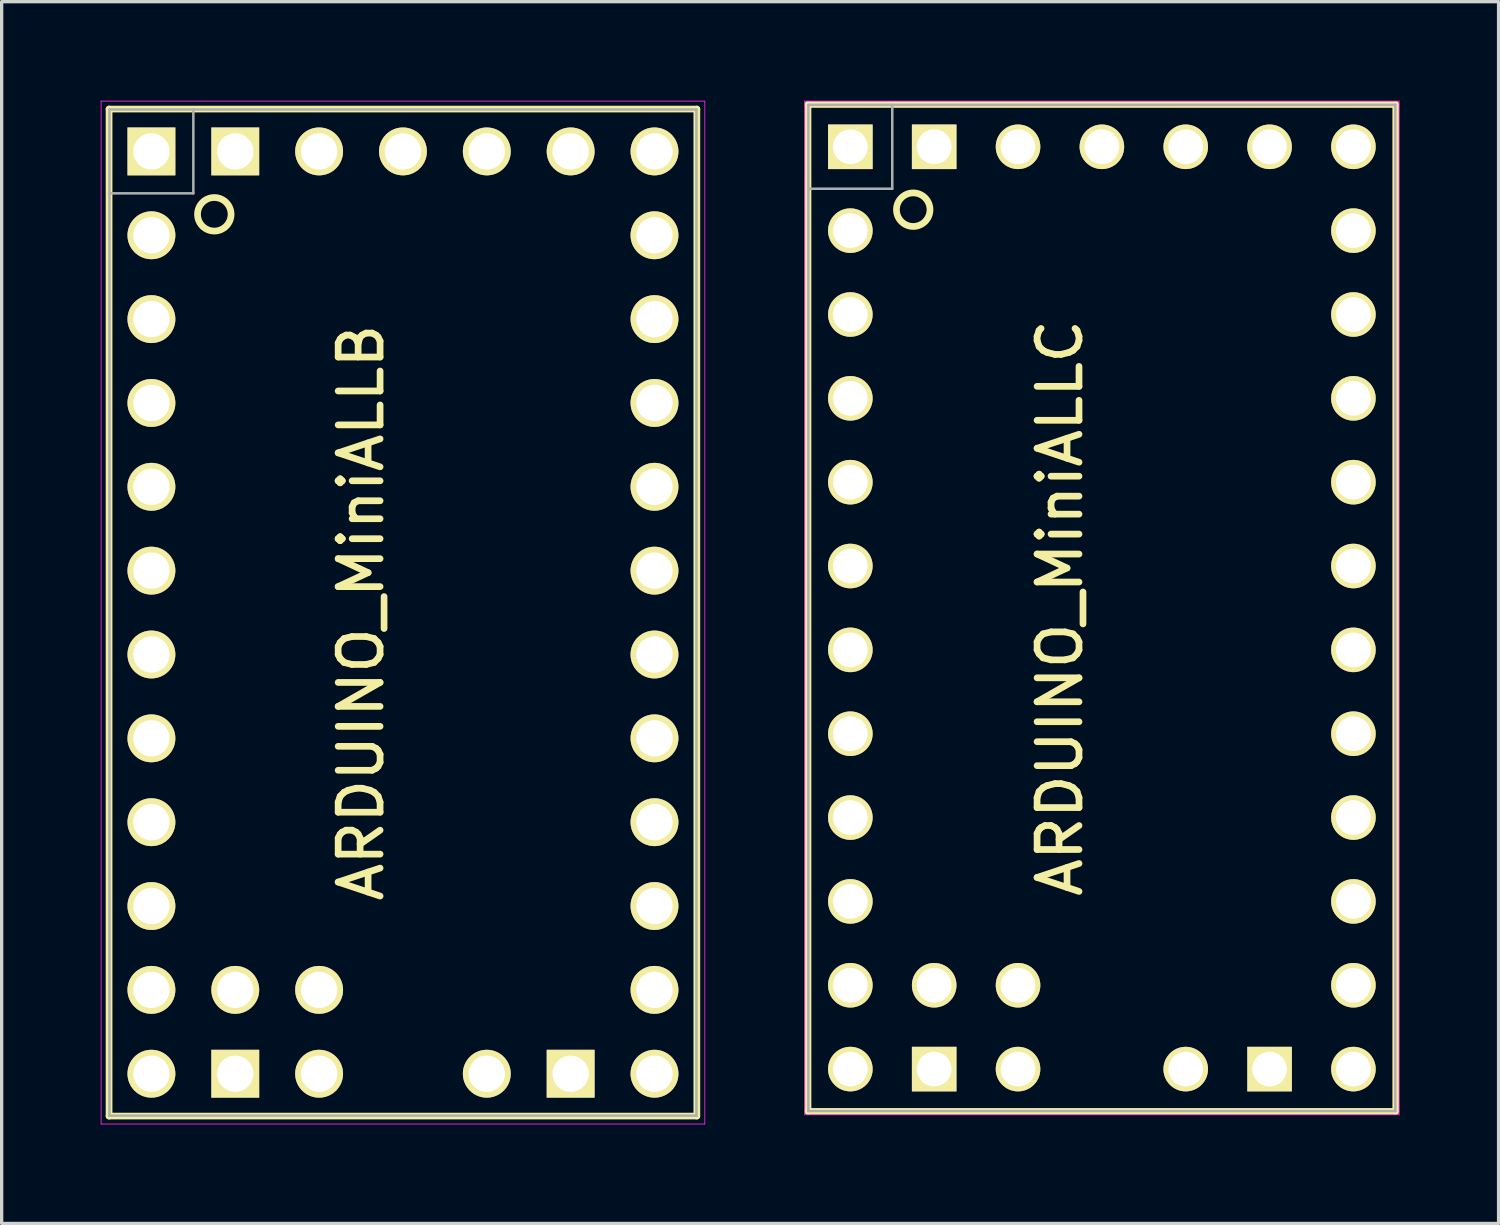
<source format=kicad_pcb>
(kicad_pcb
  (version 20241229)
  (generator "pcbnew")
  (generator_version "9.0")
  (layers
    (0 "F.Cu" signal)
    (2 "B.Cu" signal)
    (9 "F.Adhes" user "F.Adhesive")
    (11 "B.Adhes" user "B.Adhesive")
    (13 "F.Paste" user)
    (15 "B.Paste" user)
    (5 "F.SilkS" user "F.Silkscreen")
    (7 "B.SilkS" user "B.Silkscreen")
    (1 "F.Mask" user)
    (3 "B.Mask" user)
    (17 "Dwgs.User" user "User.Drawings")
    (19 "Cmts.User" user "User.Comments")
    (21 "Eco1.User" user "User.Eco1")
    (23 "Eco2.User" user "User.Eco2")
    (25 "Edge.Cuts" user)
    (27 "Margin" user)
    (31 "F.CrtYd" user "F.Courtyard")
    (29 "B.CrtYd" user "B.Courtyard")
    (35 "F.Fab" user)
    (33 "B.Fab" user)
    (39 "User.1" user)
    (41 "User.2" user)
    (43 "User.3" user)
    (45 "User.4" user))
  (footprint "ARDUINO_MiniALLC"
    (layer "F.Cu")
    (at 30.33 15.367)
    (property "Reference" "ARDUINO_MiniALLC" (at -1.27 0 90) (layer "F.SilkS") (effects (font (size 1.27 1.27) (thickness 0.203))))
    (attr through_hole)
    (fp_line (start -8.903 -15.253) (end 8.903 -15.253) (stroke (width 0.203) (type solid)) (layer "F.SilkS"))
    (fp_line (start -8.903 15.253) (end -8.903 -15.253) (stroke (width 0.203) (type solid)) (layer "F.SilkS"))
    (fp_line (start 8.903 -15.253) (end 8.903 15.253) (stroke (width 0.203) (type solid)) (layer "F.SilkS"))
    (fp_line (start 8.903 15.253) (end -8.903 15.253) (stroke (width 0.203) (type solid)) (layer "F.SilkS"))
    (fp_circle (center -5.715 -12.065) (end -5.715 -12.573) (stroke (width 0.203) (type solid)) (fill no) (layer "F.SilkS"))
    (fp_line (start -9.004 -15.354) (end 9.004 -15.354) (stroke (width 0.025) (type solid)) (layer "F.CrtYd"))
    (fp_line (start -9.004 15.354) (end -9.004 -15.354) (stroke (width 0.025) (type solid)) (layer "F.CrtYd"))
    (fp_line (start 9.004 -15.354) (end 9.004 15.354) (stroke (width 0.025) (type solid)) (layer "F.CrtYd"))
    (fp_line (start 9.004 15.354) (end -9.004 15.354) (stroke (width 0.025) (type solid)) (layer "F.CrtYd"))
    (fp_line (start -8.89 -15.24) (end 8.89 -15.24) (stroke (width 0.076) (type solid)) (layer "F.Fab"))
    (fp_line (start -8.89 15.24) (end -8.89 -15.24) (stroke (width 0.076) (type solid)) (layer "F.Fab"))
    (fp_line (start -6.35 -15.24) (end -6.35 -12.7) (stroke (width 0.076) (type solid)) (layer "F.Fab"))
    (fp_line (start -6.35 -12.7) (end -8.89 -12.7) (stroke (width 0.076) (type solid)) (layer "F.Fab"))
    (fp_line (start 8.89 -15.24) (end 8.89 15.24) (stroke (width 0.076) (type solid)) (layer "F.Fab"))
    (fp_line (start 8.89 15.24) (end -8.89 15.24) (stroke (width 0.076) (type solid)) (layer "F.Fab"))
    (pad "1" thru_hole rect (at -7.62 -13.97) (size 1.35 1.35) (drill 1.05) (layers "*.Cu" "*.Mask" "F.SilkS"))
    (pad "2" thru_hole circle (at -7.62 -11.43) (size 1.35 1.35) (drill 1.05) (layers "*.Cu" "*.Mask" "F.SilkS"))
    (pad "3" thru_hole circle (at -7.62 -8.89) (size 1.35 1.35) (drill 1.05) (layers "*.Cu" "*.Mask" "F.SilkS"))
    (pad "4" thru_hole circle (at -7.62 -6.35) (size 1.35 1.35) (drill 1.05) (layers "*.Cu" "*.Mask" "F.SilkS"))
    (pad "5" thru_hole circle (at -7.62 -3.81) (size 1.35 1.35) (drill 1.05) (layers "*.Cu" "*.Mask" "F.SilkS"))
    (pad "6" thru_hole circle (at -7.62 -1.27) (size 1.35 1.35) (drill 1.05) (layers "*.Cu" "*.Mask" "F.SilkS"))
    (pad "7" thru_hole circle (at -7.62 1.27) (size 1.35 1.35) (drill 1.05) (layers "*.Cu" "*.Mask" "F.SilkS"))
    (pad "8" thru_hole circle (at -7.62 3.81) (size 1.35 1.35) (drill 1.05) (layers "*.Cu" "*.Mask" "F.SilkS"))
    (pad "9" thru_hole circle (at -7.62 6.35) (size 1.35 1.35) (drill 1.05) (layers "*.Cu" "*.Mask" "F.SilkS"))
    (pad "10" thru_hole circle (at -7.62 8.89) (size 1.35 1.35) (drill 1.05) (layers "*.Cu" "*.Mask" "F.SilkS"))
    (pad "11" thru_hole circle (at -7.62 11.43) (size 1.35 1.35) (drill 1.05) (layers "*.Cu" "*.Mask" "F.SilkS"))
    (pad "12" thru_hole circle (at -7.62 13.97) (size 1.35 1.35) (drill 1.05) (layers "*.Cu" "*.Mask" "F.SilkS"))
    (pad "13" thru_hole circle (at 7.62 13.97) (size 1.35 1.35) (drill 1.05) (layers "*.Cu" "*.Mask" "F.SilkS"))
    (pad "14" thru_hole circle (at 7.62 11.43) (size 1.35 1.35) (drill 1.05) (layers "*.Cu" "*.Mask" "F.SilkS"))
    (pad "15" thru_hole circle (at 7.62 8.89) (size 1.35 1.35) (drill 1.05) (layers "*.Cu" "*.Mask" "F.SilkS"))
    (pad "16" thru_hole circle (at 7.62 6.35) (size 1.35 1.35) (drill 1.05) (layers "*.Cu" "*.Mask" "F.SilkS"))
    (pad "17" thru_hole circle (at 7.62 3.81) (size 1.35 1.35) (drill 1.05) (layers "*.Cu" "*.Mask" "F.SilkS"))
    (pad "18" thru_hole circle (at 7.62 1.27) (size 1.35 1.35) (drill 1.05) (layers "*.Cu" "*.Mask" "F.SilkS"))
    (pad "19" thru_hole circle (at 7.62 -1.27) (size 1.35 1.35) (drill 1.05) (layers "*.Cu" "*.Mask" "F.SilkS"))
    (pad "20" thru_hole circle (at 7.62 -3.81) (size 1.35 1.35) (drill 1.05) (layers "*.Cu" "*.Mask" "F.SilkS"))
    (pad "21" thru_hole circle (at 7.62 -6.35) (size 1.35 1.35) (drill 1.05) (layers "*.Cu" "*.Mask" "F.SilkS"))
    (pad "22" thru_hole circle (at 7.62 -8.89) (size 1.35 1.35) (drill 1.05) (layers "*.Cu" "*.Mask" "F.SilkS"))
    (pad "23" thru_hole circle (at 7.62 -11.43) (size 1.35 1.35) (drill 1.05) (layers "*.Cu" "*.Mask" "F.SilkS"))
    (pad "24" thru_hole circle (at 7.62 -13.97) (size 1.35 1.35) (drill 1.05) (layers "*.Cu" "*.Mask" "F.SilkS"))
    (pad "A1" thru_hole rect (at -5.08 13.97) (size 1.35 1.35) (drill 1.05) (layers "*.Cu" "*.Mask" "F.SilkS"))
    (pad "A2" thru_hole circle (at -2.54 13.97) (size 1.35 1.35) (drill 1.05) (layers "*.Cu" "*.Mask" "F.SilkS"))
    (pad "A3" thru_hole circle (at -5.08 11.43) (size 1.35 1.35) (drill 1.05) (layers "*.Cu" "*.Mask" "F.SilkS"))
    (pad "A4" thru_hole circle (at -2.54 11.43) (size 1.35 1.35) (drill 1.05) (layers "*.Cu" "*.Mask" "F.SilkS"))
    (pad "P1" thru_hole rect (at 5.08 13.97) (size 1.35 1.35) (drill 1.05) (layers "*.Cu" "*.Mask" "F.SilkS"))
    (pad "P2" thru_hole circle (at 2.54 13.97) (size 1.35 1.35) (drill 1.05) (layers "*.Cu" "*.Mask" "F.SilkS"))
    (pad "PRG1" thru_hole rect (at -5.08 -13.97) (size 1.35 1.35) (drill 1.05) (layers "*.Cu" "*.Mask" "F.SilkS"))
    (pad "PRG2" thru_hole circle (at -2.54 -13.97) (size 1.35 1.35) (drill 1.05) (layers "*.Cu" "*.Mask" "F.SilkS"))
    (pad "PRG3" thru_hole circle (at 0 -13.97) (size 1.35 1.35) (drill 1.05) (layers "*.Cu" "*.Mask" "F.SilkS"))
    (pad "PRG4" thru_hole circle (at 2.54 -13.97) (size 1.35 1.35) (drill 1.05) (layers "*.Cu" "*.Mask" "F.SilkS"))
    (pad "PRG5" thru_hole circle (at 5.08 -13.97) (size 1.35 1.35) (drill 1.05) (layers "*.Cu" "*.Mask" "F.SilkS")))
  (footprint "ARDUINO_MiniALLB"
    (layer "F.Cu")
    (at 9.157 15.507)
    (property "Reference" "ARDUINO_MiniALLB" (at -1.27 0 90) (layer "F.SilkS") (effects (font (size 1.27 1.27) (thickness 0.203))))
    (attr through_hole)
    (fp_line (start -8.903 -15.253) (end 8.903 -15.253) (stroke (width 0.203) (type solid)) (layer "F.SilkS"))
    (fp_line (start -8.903 15.253) (end -8.903 -15.253) (stroke (width 0.203) (type solid)) (layer "F.SilkS"))
    (fp_line (start 8.903 -15.253) (end 8.903 15.253) (stroke (width 0.203) (type solid)) (layer "F.SilkS"))
    (fp_line (start 8.903 15.253) (end -8.903 15.253) (stroke (width 0.203) (type solid)) (layer "F.SilkS"))
    (fp_circle (center -5.715 -12.065) (end -5.715 -12.573) (stroke (width 0.203) (type solid)) (fill no) (layer "F.SilkS"))
    (fp_line (start -9.144 -15.494) (end 9.144 -15.494) (stroke (width 0.025) (type solid)) (layer "F.CrtYd"))
    (fp_line (start -9.144 15.494) (end -9.144 -15.494) (stroke (width 0.025) (type solid)) (layer "F.CrtYd"))
    (fp_line (start 9.144 -15.494) (end 9.144 15.494) (stroke (width 0.025) (type solid)) (layer "F.CrtYd"))
    (fp_line (start 9.144 15.494) (end -9.144 15.494) (stroke (width 0.025) (type solid)) (layer "F.CrtYd"))
    (fp_line (start -8.89 -15.24) (end 8.89 -15.24) (stroke (width 0.076) (type solid)) (layer "F.Fab"))
    (fp_line (start -8.89 15.24) (end -8.89 -15.24) (stroke (width 0.076) (type solid)) (layer "F.Fab"))
    (fp_line (start -6.35 -15.24) (end -6.35 -12.7) (stroke (width 0.076) (type solid)) (layer "F.Fab"))
    (fp_line (start -6.35 -12.7) (end -8.89 -12.7) (stroke (width 0.076) (type solid)) (layer "F.Fab"))
    (fp_line (start 8.89 -15.24) (end 8.89 15.24) (stroke (width 0.076) (type solid)) (layer "F.Fab"))
    (fp_line (start 8.89 15.24) (end -8.89 15.24) (stroke (width 0.076) (type solid)) (layer "F.Fab"))
    (pad "1" thru_hole rect (at -7.62 -13.97) (size 1.45 1.45) (drill 1.1) (layers "*.Cu" "*.Mask" "F.SilkS"))
    (pad "2" thru_hole circle (at -7.62 -11.43) (size 1.45 1.45) (drill 1.1) (layers "*.Cu" "*.Mask" "F.SilkS"))
    (pad "3" thru_hole circle (at -7.62 -8.89) (size 1.45 1.45) (drill 1.1) (layers "*.Cu" "*.Mask" "F.SilkS"))
    (pad "4" thru_hole circle (at -7.62 -6.35) (size 1.45 1.45) (drill 1.1) (layers "*.Cu" "*.Mask" "F.SilkS"))
    (pad "5" thru_hole circle (at -7.62 -3.81) (size 1.45 1.45) (drill 1.1) (layers "*.Cu" "*.Mask" "F.SilkS"))
    (pad "6" thru_hole circle (at -7.62 -1.27) (size 1.45 1.45) (drill 1.1) (layers "*.Cu" "*.Mask" "F.SilkS"))
    (pad "7" thru_hole circle (at -7.62 1.27) (size 1.45 1.45) (drill 1.1) (layers "*.Cu" "*.Mask" "F.SilkS"))
    (pad "8" thru_hole circle (at -7.62 3.81) (size 1.45 1.45) (drill 1.1) (layers "*.Cu" "*.Mask" "F.SilkS"))
    (pad "9" thru_hole circle (at -7.62 6.35) (size 1.45 1.45) (drill 1.1) (layers "*.Cu" "*.Mask" "F.SilkS"))
    (pad "10" thru_hole circle (at -7.62 8.89) (size 1.45 1.45) (drill 1.1) (layers "*.Cu" "*.Mask" "F.SilkS"))
    (pad "11" thru_hole circle (at -7.62 11.43) (size 1.45 1.45) (drill 1.1) (layers "*.Cu" "*.Mask" "F.SilkS"))
    (pad "12" thru_hole circle (at -7.62 13.97) (size 1.45 1.45) (drill 1.1) (layers "*.Cu" "*.Mask" "F.SilkS"))
    (pad "13" thru_hole circle (at 7.62 13.97) (size 1.45 1.45) (drill 1.1) (layers "*.Cu" "*.Mask" "F.SilkS"))
    (pad "14" thru_hole circle (at 7.62 11.43) (size 1.45 1.45) (drill 1.1) (layers "*.Cu" "*.Mask" "F.SilkS"))
    (pad "15" thru_hole circle (at 7.62 8.89) (size 1.45 1.45) (drill 1.1) (layers "*.Cu" "*.Mask" "F.SilkS"))
    (pad "16" thru_hole circle (at 7.62 6.35) (size 1.45 1.45) (drill 1.1) (layers "*.Cu" "*.Mask" "F.SilkS"))
    (pad "17" thru_hole circle (at 7.62 3.81) (size 1.45 1.45) (drill 1.1) (layers "*.Cu" "*.Mask" "F.SilkS"))
    (pad "18" thru_hole circle (at 7.62 1.27) (size 1.45 1.45) (drill 1.1) (layers "*.Cu" "*.Mask" "F.SilkS"))
    (pad "19" thru_hole circle (at 7.62 -1.27) (size 1.45 1.45) (drill 1.1) (layers "*.Cu" "*.Mask" "F.SilkS"))
    (pad "20" thru_hole circle (at 7.62 -3.81) (size 1.45 1.45) (drill 1.1) (layers "*.Cu" "*.Mask" "F.SilkS"))
    (pad "21" thru_hole circle (at 7.62 -6.35) (size 1.45 1.45) (drill 1.1) (layers "*.Cu" "*.Mask" "F.SilkS"))
    (pad "22" thru_hole circle (at 7.62 -8.89) (size 1.45 1.45) (drill 1.1) (layers "*.Cu" "*.Mask" "F.SilkS"))
    (pad "23" thru_hole circle (at 7.62 -11.43) (size 1.45 1.45) (drill 1.1) (layers "*.Cu" "*.Mask" "F.SilkS"))
    (pad "24" thru_hole circle (at 7.62 -13.97) (size 1.45 1.45) (drill 1.1) (layers "*.Cu" "*.Mask" "F.SilkS"))
    (pad "A1" thru_hole rect (at -5.08 13.97) (size 1.45 1.45) (drill 1.1) (layers "*.Cu" "*.Mask" "F.SilkS"))
    (pad "A2" thru_hole circle (at -2.54 13.97) (size 1.45 1.45) (drill 1.1) (layers "*.Cu" "*.Mask" "F.SilkS"))
    (pad "A3" thru_hole circle (at -5.08 11.43) (size 1.45 1.45) (drill 1.1) (layers "*.Cu" "*.Mask" "F.SilkS"))
    (pad "A4" thru_hole circle (at -2.54 11.43) (size 1.45 1.45) (drill 1.1) (layers "*.Cu" "*.Mask" "F.SilkS"))
    (pad "P1" thru_hole rect (at 5.08 13.97) (size 1.45 1.45) (drill 1.1) (layers "*.Cu" "*.Mask" "F.SilkS"))
    (pad "P2" thru_hole circle (at 2.54 13.97) (size 1.45 1.45) (drill 1.1) (layers "*.Cu" "*.Mask" "F.SilkS"))
    (pad "PRG1" thru_hole rect (at -5.08 -13.97) (size 1.45 1.45) (drill 1.1) (layers "*.Cu" "*.Mask" "F.SilkS"))
    (pad "PRG2" thru_hole circle (at -2.54 -13.97) (size 1.45 1.45) (drill 1.1) (layers "*.Cu" "*.Mask" "F.SilkS"))
    (pad "PRG3" thru_hole circle (at 0 -13.97) (size 1.45 1.45) (drill 1.1) (layers "*.Cu" "*.Mask" "F.SilkS"))
    (pad "PRG4" thru_hole circle (at 2.54 -13.97) (size 1.45 1.45) (drill 1.1) (layers "*.Cu" "*.Mask" "F.SilkS"))
    (pad "PRG5" thru_hole circle (at 5.08 -13.97) (size 1.45 1.45) (drill 1.1) (layers "*.Cu" "*.Mask" "F.SilkS")))
  (gr_rect
    (start -3 -3)
    (end 42.347 34.013)
    (stroke (width 0.1) (type default))
    (fill no)
    (layer "Edge.Cuts")))
</source>
